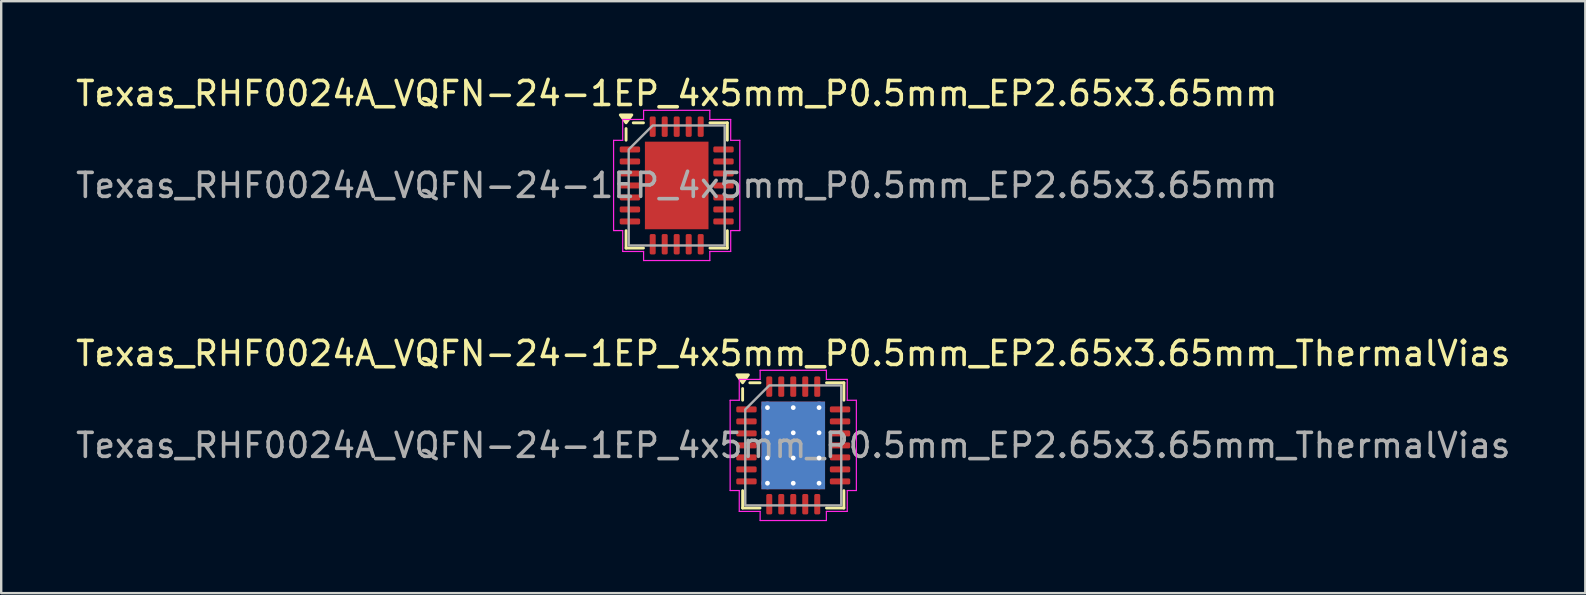
<source format=kicad_pcb>
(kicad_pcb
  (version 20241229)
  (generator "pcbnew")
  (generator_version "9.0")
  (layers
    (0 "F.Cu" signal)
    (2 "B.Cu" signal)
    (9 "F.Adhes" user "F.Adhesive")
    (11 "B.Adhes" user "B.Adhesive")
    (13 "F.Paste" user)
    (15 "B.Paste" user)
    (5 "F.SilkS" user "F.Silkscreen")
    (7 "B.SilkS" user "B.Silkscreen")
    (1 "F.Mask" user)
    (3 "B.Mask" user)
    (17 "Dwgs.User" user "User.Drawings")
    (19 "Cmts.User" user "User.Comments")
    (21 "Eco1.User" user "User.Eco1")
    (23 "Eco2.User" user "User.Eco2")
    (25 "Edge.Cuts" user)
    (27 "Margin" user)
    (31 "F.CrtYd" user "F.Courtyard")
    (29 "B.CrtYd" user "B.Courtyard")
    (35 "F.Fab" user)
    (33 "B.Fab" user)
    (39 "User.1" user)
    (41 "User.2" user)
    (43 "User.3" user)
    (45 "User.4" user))
  (footprint "Texas_RHF0024A_VQFN-24-1EP_4x5mm_P0.5mm_EP2.65x3.65mm_ThermalVias"
    (layer "F.Cu")
    (at 30.006 15.511)
    (property "Reference" "Texas_RHF0024A_VQFN-24-1EP_4x5mm_P0.5mm_EP2.65x3.65mm_ThermalVias" (at 0 -3.83 0) (layer "F.SilkS") (effects (font (size 1 1) (thickness 0.15))))
    (attr smd)
    (fp_line (start -2.11 -1.885) (end -2.11 -2.37) (stroke (width 0.12) (type solid)) (layer "F.SilkS"))
    (fp_line (start -2.11 2.61) (end -2.11 1.885) (stroke (width 0.12) (type solid)) (layer "F.SilkS"))
    (fp_line (start -1.385 -2.61) (end -1.81 -2.61) (stroke (width 0.12) (type solid)) (layer "F.SilkS"))
    (fp_line (start -1.385 2.61) (end -2.11 2.61) (stroke (width 0.12) (type solid)) (layer "F.SilkS"))
    (fp_line (start 1.385 -2.61) (end 2.11 -2.61) (stroke (width 0.12) (type solid)) (layer "F.SilkS"))
    (fp_line (start 1.385 2.61) (end 2.11 2.61) (stroke (width 0.12) (type solid)) (layer "F.SilkS"))
    (fp_line (start 2.11 -2.61) (end 2.11 -1.885) (stroke (width 0.12) (type solid)) (layer "F.SilkS"))
    (fp_line (start 2.11 2.61) (end 2.11 1.885) (stroke (width 0.12) (type solid)) (layer "F.SilkS"))
    (fp_poly (pts (xy -2.11 -2.61) (xy -2.35 -2.94) (xy -1.87 -2.94)) (stroke (width 0.12) (type solid)) (fill yes) (layer "F.SilkS"))
    (fp_line (start -2.63 -1.88) (end -2.25 -1.88) (stroke (width 0.05) (type solid)) (layer "F.CrtYd"))
    (fp_line (start -2.63 1.88) (end -2.63 -1.88) (stroke (width 0.05) (type solid)) (layer "F.CrtYd"))
    (fp_line (start -2.25 -2.75) (end -1.38 -2.75) (stroke (width 0.05) (type solid)) (layer "F.CrtYd"))
    (fp_line (start -2.25 -1.88) (end -2.25 -2.75) (stroke (width 0.05) (type solid)) (layer "F.CrtYd"))
    (fp_line (start -2.25 1.88) (end -2.63 1.88) (stroke (width 0.05) (type solid)) (layer "F.CrtYd"))
    (fp_line (start -2.25 2.75) (end -2.25 1.88) (stroke (width 0.05) (type solid)) (layer "F.CrtYd"))
    (fp_line (start -1.38 -3.13) (end 1.38 -3.13) (stroke (width 0.05) (type solid)) (layer "F.CrtYd"))
    (fp_line (start -1.38 -2.75) (end -1.38 -3.13) (stroke (width 0.05) (type solid)) (layer "F.CrtYd"))
    (fp_line (start -1.38 2.75) (end -2.25 2.75) (stroke (width 0.05) (type solid)) (layer "F.CrtYd"))
    (fp_line (start -1.38 3.13) (end -1.38 2.75) (stroke (width 0.05) (type solid)) (layer "F.CrtYd"))
    (fp_line (start 1.38 -3.13) (end 1.38 -2.75) (stroke (width 0.05) (type solid)) (layer "F.CrtYd"))
    (fp_line (start 1.38 -2.75) (end 2.25 -2.75) (stroke (width 0.05) (type solid)) (layer "F.CrtYd"))
    (fp_line (start 1.38 2.75) (end 1.38 3.13) (stroke (width 0.05) (type solid)) (layer "F.CrtYd"))
    (fp_line (start 1.38 3.13) (end -1.38 3.13) (stroke (width 0.05) (type solid)) (layer "F.CrtYd"))
    (fp_line (start 2.25 -2.75) (end 2.25 -1.88) (stroke (width 0.05) (type solid)) (layer "F.CrtYd"))
    (fp_line (start 2.25 -1.88) (end 2.63 -1.88) (stroke (width 0.05) (type solid)) (layer "F.CrtYd"))
    (fp_line (start 2.25 1.88) (end 2.25 2.75) (stroke (width 0.05) (type solid)) (layer "F.CrtYd"))
    (fp_line (start 2.25 2.75) (end 1.38 2.75) (stroke (width 0.05) (type solid)) (layer "F.CrtYd"))
    (fp_line (start 2.63 -1.88) (end 2.63 1.88) (stroke (width 0.05) (type solid)) (layer "F.CrtYd"))
    (fp_line (start 2.63 1.88) (end 2.25 1.88) (stroke (width 0.05) (type solid)) (layer "F.CrtYd"))
    (fp_poly (pts (xy -2 -1.5) (xy -2 2.5) (xy 2 2.5) (xy 2 -2.5) (xy -1 -2.5)) (stroke (width 0.1) (type solid)) (fill no) (layer "F.Fab"))
    (fp_text user "${REFERENCE}" (at 0 0 0) (layer "F.Fab") (effects (font (size 1 1) (thickness 0.15))))
    (pad "" smd roundrect (at -0.66 -1.22) (size 1.15 1.05) (layers "F.Paste") (roundrect_rratio 0.238))
    (pad "" smd roundrect (at -0.66 0) (size 1.15 1.05) (layers "F.Paste") (roundrect_rratio 0.238))
    (pad "" smd roundrect (at -0.66 1.22) (size 1.15 1.05) (layers "F.Paste") (roundrect_rratio 0.238))
    (pad "" smd roundrect (at 0.66 -1.22) (size 1.15 1.05) (layers "F.Paste") (roundrect_rratio 0.238))
    (pad "" smd roundrect (at 0.66 0) (size 1.15 1.05) (layers "F.Paste") (roundrect_rratio 0.238))
    (pad "" smd roundrect (at 0.66 1.22) (size 1.15 1.05) (layers "F.Paste") (roundrect_rratio 0.238))
    (pad "1" smd roundrect (at -1.95 -1.5) (size 0.85 0.25) (layers "F.Cu" "F.Mask" "F.Paste") (roundrect_rratio 0.25))
    (pad "2" smd roundrect (at -1.95 -1) (size 0.85 0.25) (layers "F.Cu" "F.Mask" "F.Paste") (roundrect_rratio 0.25))
    (pad "3" smd roundrect (at -1.95 -0.5) (size 0.85 0.25) (layers "F.Cu" "F.Mask" "F.Paste") (roundrect_rratio 0.25))
    (pad "4" smd roundrect (at -1.95 0) (size 0.85 0.25) (layers "F.Cu" "F.Mask" "F.Paste") (roundrect_rratio 0.25))
    (pad "5" smd roundrect (at -1.95 0.5) (size 0.85 0.25) (layers "F.Cu" "F.Mask" "F.Paste") (roundrect_rratio 0.25))
    (pad "6" smd roundrect (at -1.95 1) (size 0.85 0.25) (layers "F.Cu" "F.Mask" "F.Paste") (roundrect_rratio 0.25))
    (pad "7" smd roundrect (at -1.95 1.5) (size 0.85 0.25) (layers "F.Cu" "F.Mask" "F.Paste") (roundrect_rratio 0.25))
    (pad "8" smd roundrect (at -1 2.45) (size 0.25 0.85) (layers "F.Cu" "F.Mask" "F.Paste") (roundrect_rratio 0.25))
    (pad "9" smd roundrect (at -0.5 2.45) (size 0.25 0.85) (layers "F.Cu" "F.Mask" "F.Paste") (roundrect_rratio 0.25))
    (pad "10" smd roundrect (at 0 2.45) (size 0.25 0.85) (layers "F.Cu" "F.Mask" "F.Paste") (roundrect_rratio 0.25))
    (pad "11" smd roundrect (at 0.5 2.45) (size 0.25 0.85) (layers "F.Cu" "F.Mask" "F.Paste") (roundrect_rratio 0.25))
    (pad "12" smd roundrect (at 1 2.45) (size 0.25 0.85) (layers "F.Cu" "F.Mask" "F.Paste") (roundrect_rratio 0.25))
    (pad "13" smd roundrect (at 1.95 1.5) (size 0.85 0.25) (layers "F.Cu" "F.Mask" "F.Paste") (roundrect_rratio 0.25))
    (pad "14" smd roundrect (at 1.95 1) (size 0.85 0.25) (layers "F.Cu" "F.Mask" "F.Paste") (roundrect_rratio 0.25))
    (pad "15" smd roundrect (at 1.95 0.5) (size 0.85 0.25) (layers "F.Cu" "F.Mask" "F.Paste") (roundrect_rratio 0.25))
    (pad "16" smd roundrect (at 1.95 0) (size 0.85 0.25) (layers "F.Cu" "F.Mask" "F.Paste") (roundrect_rratio 0.25))
    (pad "17" smd roundrect (at 1.95 -0.5) (size 0.85 0.25) (layers "F.Cu" "F.Mask" "F.Paste") (roundrect_rratio 0.25))
    (pad "18" smd roundrect (at 1.95 -1) (size 0.85 0.25) (layers "F.Cu" "F.Mask" "F.Paste") (roundrect_rratio 0.25))
    (pad "19" smd roundrect (at 1.95 -1.5) (size 0.85 0.25) (layers "F.Cu" "F.Mask" "F.Paste") (roundrect_rratio 0.25))
    (pad "20" smd roundrect (at 1 -2.45) (size 0.25 0.85) (layers "F.Cu" "F.Mask" "F.Paste") (roundrect_rratio 0.25))
    (pad "21" smd roundrect (at 0.5 -2.45) (size 0.25 0.85) (layers "F.Cu" "F.Mask" "F.Paste") (roundrect_rratio 0.25))
    (pad "22" smd roundrect (at 0 -2.45) (size 0.25 0.85) (layers "F.Cu" "F.Mask" "F.Paste") (roundrect_rratio 0.25))
    (pad "23" smd roundrect (at -0.5 -2.45) (size 0.25 0.85) (layers "F.Cu" "F.Mask" "F.Paste") (roundrect_rratio 0.25))
    (pad "24" smd roundrect (at -1 -2.45) (size 0.25 0.85) (layers "F.Cu" "F.Mask" "F.Paste") (roundrect_rratio 0.25))
    (pad "25" thru_hole circle (at -1.075 -1.575) (size 0.5 0.5) (drill 0.2) (property pad_prop_heatsink) (layers "*.Cu"))
    (pad "25" thru_hole circle (at -1.075 -0.525) (size 0.5 0.5) (drill 0.2) (property pad_prop_heatsink) (layers "*.Cu"))
    (pad "25" thru_hole circle (at -1.075 0.525) (size 0.5 0.5) (drill 0.2) (property pad_prop_heatsink) (layers "*.Cu"))
    (pad "25" thru_hole circle (at -1.075 1.575) (size 0.5 0.5) (drill 0.2) (property pad_prop_heatsink) (layers "*.Cu"))
    (pad "25" thru_hole circle (at 0 -1.575) (size 0.5 0.5) (drill 0.2) (property pad_prop_heatsink) (layers "*.Cu"))
    (pad "25" thru_hole circle (at 0 -0.525) (size 0.5 0.5) (drill 0.2) (property pad_prop_heatsink) (layers "*.Cu"))
    (pad "25" smd rect (at 0 0) (size 2.65 3.65) (property pad_prop_heatsink) (layers "F.Cu" "F.Mask"))
    (pad "25" smd rect (at 0 0) (size 2.65 3.65) (property pad_prop_heatsink) (layers "B.Cu"))
    (pad "25" thru_hole circle (at 0 0.525) (size 0.5 0.5) (drill 0.2) (property pad_prop_heatsink) (layers "*.Cu"))
    (pad "25" thru_hole circle (at 0 1.575) (size 0.5 0.5) (drill 0.2) (property pad_prop_heatsink) (layers "*.Cu"))
    (pad "25" thru_hole circle (at 1.075 -1.575) (size 0.5 0.5) (drill 0.2) (property pad_prop_heatsink) (layers "*.Cu"))
    (pad "25" thru_hole circle (at 1.075 -0.525) (size 0.5 0.5) (drill 0.2) (property pad_prop_heatsink) (layers "*.Cu"))
    (pad "25" thru_hole circle (at 1.075 0.525) (size 0.5 0.5) (drill 0.2) (property pad_prop_heatsink) (layers "*.Cu"))
    (pad "25" thru_hole circle (at 1.075 1.575) (size 0.5 0.5) (drill 0.2) (property pad_prop_heatsink) (layers "*.Cu")))
  (footprint "Texas_RHF0024A_VQFN-24-1EP_4x5mm_P0.5mm_EP2.65x3.65mm"
    (layer "F.Cu")
    (at 25.149 4.678)
    (property "Reference" "Texas_RHF0024A_VQFN-24-1EP_4x5mm_P0.5mm_EP2.65x3.65mm" (at 0 -3.83 0) (layer "F.SilkS") (effects (font (size 1 1) (thickness 0.15))))
    (attr smd)
    (fp_line (start -2.11 -1.885) (end -2.11 -2.37) (stroke (width 0.12) (type solid)) (layer "F.SilkS"))
    (fp_line (start -2.11 2.61) (end -2.11 1.885) (stroke (width 0.12) (type solid)) (layer "F.SilkS"))
    (fp_line (start -1.385 -2.61) (end -1.81 -2.61) (stroke (width 0.12) (type solid)) (layer "F.SilkS"))
    (fp_line (start -1.385 2.61) (end -2.11 2.61) (stroke (width 0.12) (type solid)) (layer "F.SilkS"))
    (fp_line (start 1.385 -2.61) (end 2.11 -2.61) (stroke (width 0.12) (type solid)) (layer "F.SilkS"))
    (fp_line (start 1.385 2.61) (end 2.11 2.61) (stroke (width 0.12) (type solid)) (layer "F.SilkS"))
    (fp_line (start 2.11 -2.61) (end 2.11 -1.885) (stroke (width 0.12) (type solid)) (layer "F.SilkS"))
    (fp_line (start 2.11 2.61) (end 2.11 1.885) (stroke (width 0.12) (type solid)) (layer "F.SilkS"))
    (fp_poly (pts (xy -2.11 -2.61) (xy -2.35 -2.94) (xy -1.87 -2.94)) (stroke (width 0.12) (type solid)) (fill yes) (layer "F.SilkS"))
    (fp_line (start -2.63 -1.88) (end -2.25 -1.88) (stroke (width 0.05) (type solid)) (layer "F.CrtYd"))
    (fp_line (start -2.63 1.88) (end -2.63 -1.88) (stroke (width 0.05) (type solid)) (layer "F.CrtYd"))
    (fp_line (start -2.25 -2.75) (end -1.38 -2.75) (stroke (width 0.05) (type solid)) (layer "F.CrtYd"))
    (fp_line (start -2.25 -1.88) (end -2.25 -2.75) (stroke (width 0.05) (type solid)) (layer "F.CrtYd"))
    (fp_line (start -2.25 1.88) (end -2.63 1.88) (stroke (width 0.05) (type solid)) (layer "F.CrtYd"))
    (fp_line (start -2.25 2.75) (end -2.25 1.88) (stroke (width 0.05) (type solid)) (layer "F.CrtYd"))
    (fp_line (start -1.38 -3.13) (end 1.38 -3.13) (stroke (width 0.05) (type solid)) (layer "F.CrtYd"))
    (fp_line (start -1.38 -2.75) (end -1.38 -3.13) (stroke (width 0.05) (type solid)) (layer "F.CrtYd"))
    (fp_line (start -1.38 2.75) (end -2.25 2.75) (stroke (width 0.05) (type solid)) (layer "F.CrtYd"))
    (fp_line (start -1.38 3.13) (end -1.38 2.75) (stroke (width 0.05) (type solid)) (layer "F.CrtYd"))
    (fp_line (start 1.38 -3.13) (end 1.38 -2.75) (stroke (width 0.05) (type solid)) (layer "F.CrtYd"))
    (fp_line (start 1.38 -2.75) (end 2.25 -2.75) (stroke (width 0.05) (type solid)) (layer "F.CrtYd"))
    (fp_line (start 1.38 2.75) (end 1.38 3.13) (stroke (width 0.05) (type solid)) (layer "F.CrtYd"))
    (fp_line (start 1.38 3.13) (end -1.38 3.13) (stroke (width 0.05) (type solid)) (layer "F.CrtYd"))
    (fp_line (start 2.25 -2.75) (end 2.25 -1.88) (stroke (width 0.05) (type solid)) (layer "F.CrtYd"))
    (fp_line (start 2.25 -1.88) (end 2.63 -1.88) (stroke (width 0.05) (type solid)) (layer "F.CrtYd"))
    (fp_line (start 2.25 1.88) (end 2.25 2.75) (stroke (width 0.05) (type solid)) (layer "F.CrtYd"))
    (fp_line (start 2.25 2.75) (end 1.38 2.75) (stroke (width 0.05) (type solid)) (layer "F.CrtYd"))
    (fp_line (start 2.63 -1.88) (end 2.63 1.88) (stroke (width 0.05) (type solid)) (layer "F.CrtYd"))
    (fp_line (start 2.63 1.88) (end 2.25 1.88) (stroke (width 0.05) (type solid)) (layer "F.CrtYd"))
    (fp_poly (pts (xy -2 -1.5) (xy -2 2.5) (xy 2 2.5) (xy 2 -2.5) (xy -1 -2.5)) (stroke (width 0.1) (type solid)) (fill no) (layer "F.Fab"))
    (fp_text user "${REFERENCE}" (at 0 0 0) (layer "F.Fab") (effects (font (size 1 1) (thickness 0.15))))
    (pad "" smd roundrect (at -0.66 -1.22) (size 1.07 0.98) (layers "F.Paste") (roundrect_rratio 0.25))
    (pad "" smd roundrect (at -0.66 0) (size 1.07 0.98) (layers "F.Paste") (roundrect_rratio 0.25))
    (pad "" smd roundrect (at -0.66 1.22) (size 1.07 0.98) (layers "F.Paste") (roundrect_rratio 0.25))
    (pad "" smd roundrect (at 0.66 -1.22) (size 1.07 0.98) (layers "F.Paste") (roundrect_rratio 0.25))
    (pad "" smd roundrect (at 0.66 0) (size 1.07 0.98) (layers "F.Paste") (roundrect_rratio 0.25))
    (pad "" smd roundrect (at 0.66 1.22) (size 1.07 0.98) (layers "F.Paste") (roundrect_rratio 0.25))
    (pad "1" smd roundrect (at -1.95 -1.5) (size 0.85 0.25) (layers "F.Cu" "F.Mask" "F.Paste") (roundrect_rratio 0.25))
    (pad "2" smd roundrect (at -1.95 -1) (size 0.85 0.25) (layers "F.Cu" "F.Mask" "F.Paste") (roundrect_rratio 0.25))
    (pad "3" smd roundrect (at -1.95 -0.5) (size 0.85 0.25) (layers "F.Cu" "F.Mask" "F.Paste") (roundrect_rratio 0.25))
    (pad "4" smd roundrect (at -1.95 0) (size 0.85 0.25) (layers "F.Cu" "F.Mask" "F.Paste") (roundrect_rratio 0.25))
    (pad "5" smd roundrect (at -1.95 0.5) (size 0.85 0.25) (layers "F.Cu" "F.Mask" "F.Paste") (roundrect_rratio 0.25))
    (pad "6" smd roundrect (at -1.95 1) (size 0.85 0.25) (layers "F.Cu" "F.Mask" "F.Paste") (roundrect_rratio 0.25))
    (pad "7" smd roundrect (at -1.95 1.5) (size 0.85 0.25) (layers "F.Cu" "F.Mask" "F.Paste") (roundrect_rratio 0.25))
    (pad "8" smd roundrect (at -1 2.45) (size 0.25 0.85) (layers "F.Cu" "F.Mask" "F.Paste") (roundrect_rratio 0.25))
    (pad "9" smd roundrect (at -0.5 2.45) (size 0.25 0.85) (layers "F.Cu" "F.Mask" "F.Paste") (roundrect_rratio 0.25))
    (pad "10" smd roundrect (at 0 2.45) (size 0.25 0.85) (layers "F.Cu" "F.Mask" "F.Paste") (roundrect_rratio 0.25))
    (pad "11" smd roundrect (at 0.5 2.45) (size 0.25 0.85) (layers "F.Cu" "F.Mask" "F.Paste") (roundrect_rratio 0.25))
    (pad "12" smd roundrect (at 1 2.45) (size 0.25 0.85) (layers "F.Cu" "F.Mask" "F.Paste") (roundrect_rratio 0.25))
    (pad "13" smd roundrect (at 1.95 1.5) (size 0.85 0.25) (layers "F.Cu" "F.Mask" "F.Paste") (roundrect_rratio 0.25))
    (pad "14" smd roundrect (at 1.95 1) (size 0.85 0.25) (layers "F.Cu" "F.Mask" "F.Paste") (roundrect_rratio 0.25))
    (pad "15" smd roundrect (at 1.95 0.5) (size 0.85 0.25) (layers "F.Cu" "F.Mask" "F.Paste") (roundrect_rratio 0.25))
    (pad "16" smd roundrect (at 1.95 0) (size 0.85 0.25) (layers "F.Cu" "F.Mask" "F.Paste") (roundrect_rratio 0.25))
    (pad "17" smd roundrect (at 1.95 -0.5) (size 0.85 0.25) (layers "F.Cu" "F.Mask" "F.Paste") (roundrect_rratio 0.25))
    (pad "18" smd roundrect (at 1.95 -1) (size 0.85 0.25) (layers "F.Cu" "F.Mask" "F.Paste") (roundrect_rratio 0.25))
    (pad "19" smd roundrect (at 1.95 -1.5) (size 0.85 0.25) (layers "F.Cu" "F.Mask" "F.Paste") (roundrect_rratio 0.25))
    (pad "20" smd roundrect (at 1 -2.45) (size 0.25 0.85) (layers "F.Cu" "F.Mask" "F.Paste") (roundrect_rratio 0.25))
    (pad "21" smd roundrect (at 0.5 -2.45) (size 0.25 0.85) (layers "F.Cu" "F.Mask" "F.Paste") (roundrect_rratio 0.25))
    (pad "22" smd roundrect (at 0 -2.45) (size 0.25 0.85) (layers "F.Cu" "F.Mask" "F.Paste") (roundrect_rratio 0.25))
    (pad "23" smd roundrect (at -0.5 -2.45) (size 0.25 0.85) (layers "F.Cu" "F.Mask" "F.Paste") (roundrect_rratio 0.25))
    (pad "24" smd roundrect (at -1 -2.45) (size 0.25 0.85) (layers "F.Cu" "F.Mask" "F.Paste") (roundrect_rratio 0.25))
    (pad "25" smd rect (at 0 0) (size 2.65 3.65) (property pad_prop_heatsink) (layers "F.Cu" "F.Mask")))
  (gr_rect
    (start -3 -3)
    (end 63.012 21.666)
    (stroke (width 0.1) (type default))
    (fill no)
    (layer "Edge.Cuts")))
</source>
